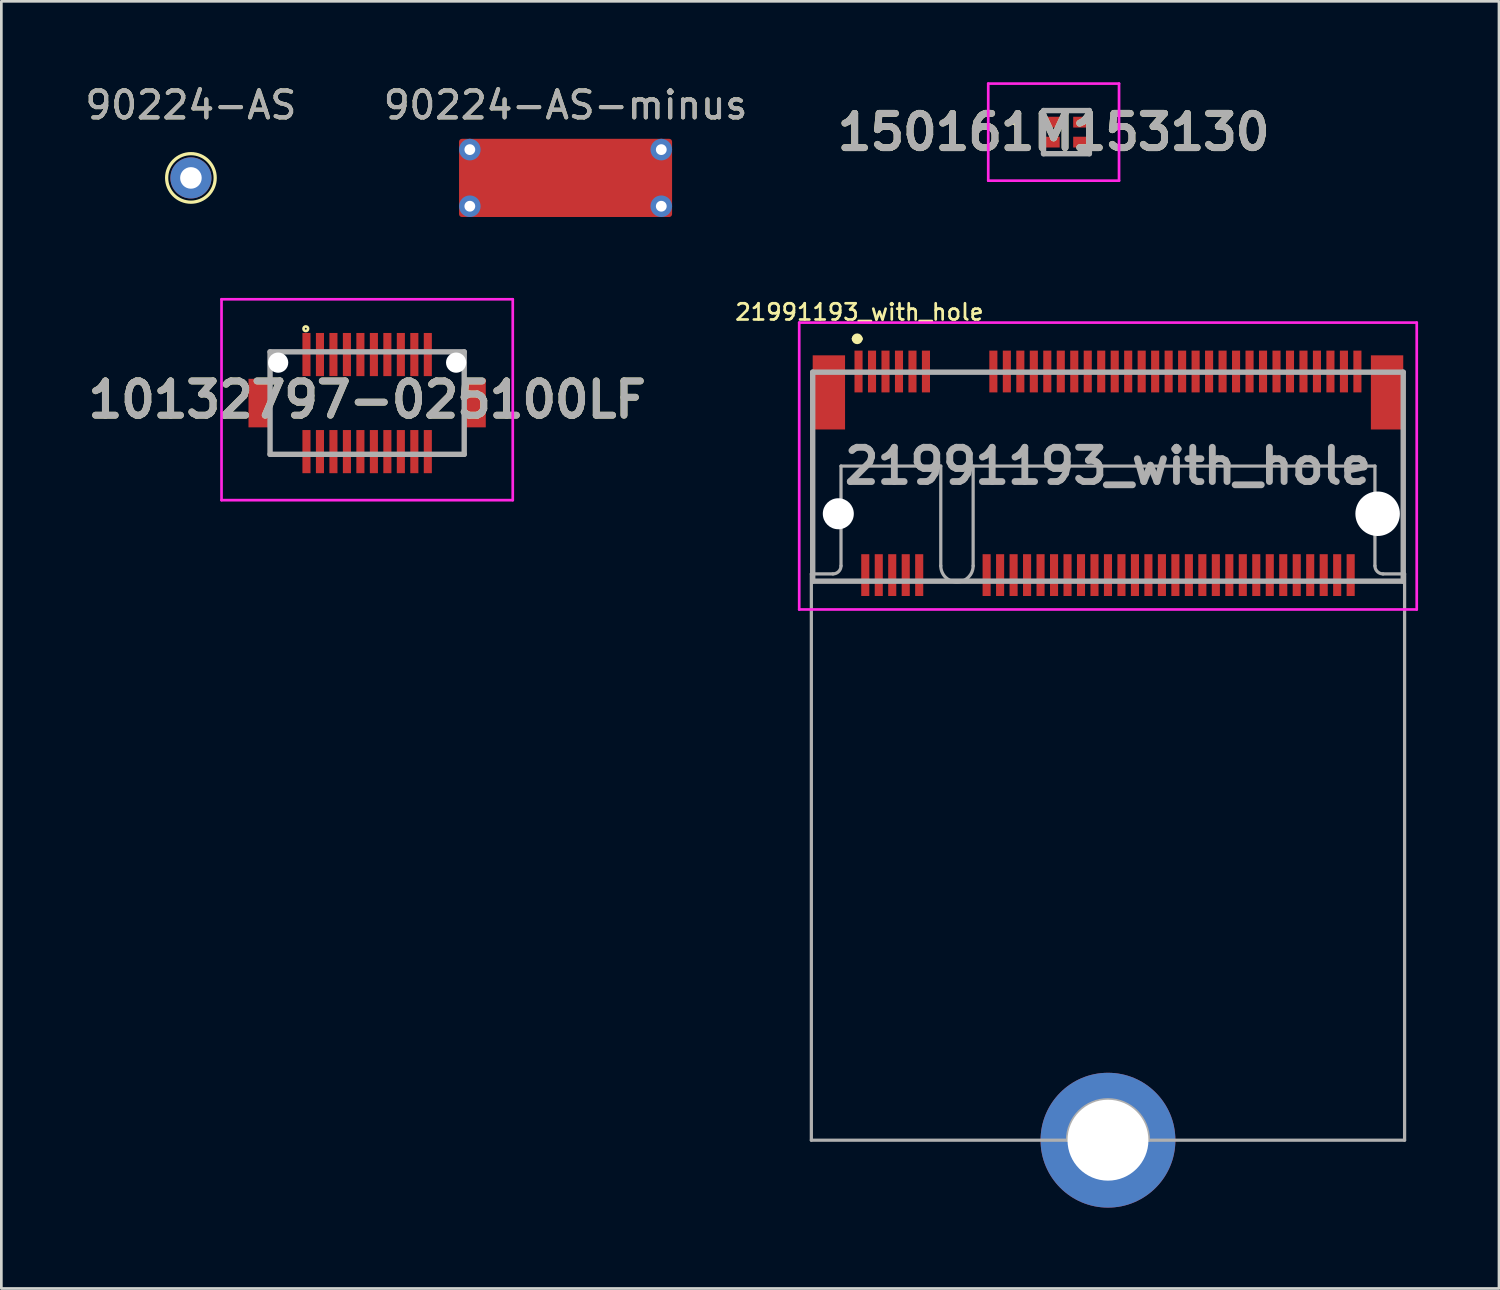
<source format=kicad_pcb>
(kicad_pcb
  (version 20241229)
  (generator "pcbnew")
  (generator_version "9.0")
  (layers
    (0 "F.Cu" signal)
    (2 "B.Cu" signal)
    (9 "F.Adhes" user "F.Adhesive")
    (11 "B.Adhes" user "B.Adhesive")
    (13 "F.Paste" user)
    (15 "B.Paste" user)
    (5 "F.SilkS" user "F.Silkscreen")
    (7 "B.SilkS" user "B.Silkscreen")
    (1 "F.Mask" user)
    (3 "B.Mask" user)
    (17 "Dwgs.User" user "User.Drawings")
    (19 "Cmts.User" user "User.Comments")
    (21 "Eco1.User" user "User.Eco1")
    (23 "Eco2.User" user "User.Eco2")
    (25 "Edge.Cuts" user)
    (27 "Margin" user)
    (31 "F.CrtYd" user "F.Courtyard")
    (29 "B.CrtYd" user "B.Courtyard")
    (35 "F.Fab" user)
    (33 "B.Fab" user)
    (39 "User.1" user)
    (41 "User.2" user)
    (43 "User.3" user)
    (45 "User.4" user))
  (footprint "150161M153130"
    (layer "F.Cu")
    (at 36.498 1.85)
    (property "Reference" "150161M153130" (at -0.475 0 0) (layer "F.SilkS") (effects (font (size 1.27 1.27) (thickness 0.254))))
    (attr smd)
    (fp_line (start -1.9 -0.37) (end -1.9 -0.37) (stroke (width 0.2) (type solid)) (layer "F.SilkS"))
    (fp_line (start -1.9 -0.37) (end -1.9 -0.37) (stroke (width 0.2) (type solid)) (layer "F.SilkS"))
    (fp_line (start -1.8 -0.37) (end -1.8 -0.37) (stroke (width 0.2) (type solid)) (layer "F.SilkS"))
    (fp_arc (start -1.9 -0.37) (mid -1.85 -0.42) (end -1.8 -0.37) (stroke (width 0.2) (type solid)) (layer "F.SilkS"))
    (fp_arc (start -1.8 -0.37) (mid -1.85 -0.32) (end -1.9 -0.37) (stroke (width 0.2) (type solid)) (layer "F.SilkS"))
    (fp_arc (start -1.8 -0.37) (mid -1.85 -0.32) (end -1.9 -0.37) (stroke (width 0.2) (type solid)) (layer "F.SilkS"))
    (fp_line (start -2.9 -1.8) (end 1.95 -1.8) (stroke (width 0.1) (type solid)) (layer "F.CrtYd"))
    (fp_line (start -2.9 1.8) (end -2.9 -1.8) (stroke (width 0.1) (type solid)) (layer "F.CrtYd"))
    (fp_line (start 1.95 -1.8) (end 1.95 1.8) (stroke (width 0.1) (type solid)) (layer "F.CrtYd"))
    (fp_line (start 1.95 1.8) (end -2.9 1.8) (stroke (width 0.1) (type solid)) (layer "F.CrtYd"))
    (fp_line (start -0.85 -0.8) (end -0.85 0.8) (stroke (width 0.2) (type solid)) (layer "F.Fab"))
    (fp_line (start -0.85 0.8) (end 0.85 0.8) (stroke (width 0.2) (type solid)) (layer "F.Fab"))
    (fp_line (start 0.85 -0.8) (end -0.85 -0.8) (stroke (width 0.2) (type solid)) (layer "F.Fab"))
    (fp_line (start 0.85 0.8) (end 0.85 -0.8) (stroke (width 0.2) (type solid)) (layer "F.Fab"))
    (fp_text user "${REFERENCE}" (at -0.475 0 0) (layer "F.Fab") (effects (font (size 1.27 1.27) (thickness 0.254))))
    (pad "1" smd rect (at -0.6 -0.37 90) (size 0.4 0.7) (layers "F.Cu" "F.Mask" "F.Paste"))
    (pad "2" smd rect (at -0.6 0.37 90) (size 0.4 0.7) (layers "F.Cu" "F.Mask" "F.Paste"))
    (pad "3" smd rect (at 0.6 0.37 90) (size 0.4 0.7) (layers "F.Cu" "F.Mask" "F.Paste"))
    (pad "4" smd rect (at 0.6 -0.37 90) (size 0.4 0.7) (layers "F.Cu" "F.Mask" "F.Paste")))
  (footprint "90224-AS"
    (layer "F.Cu")
    (at 4.03 3.548)
    (property "Reference" "90224-AS" (at 0 -2.7 0) (unlocked yes) (layer "F.SilkS") (effects (font (size 1 1) (thickness 0.15))))
    (attr through_hole)
    (fp_circle (center 0 0) (end 0.9 0) (stroke (width 0.12) (type solid)) (fill no) (layer "F.SilkS"))
    (fp_text user "${REFERENCE}" (at 0 -2.7 0) (unlocked yes) (layer "F.Fab") (effects (font (size 1 1) (thickness 0.15))))
    (pad "1" thru_hole circle (at 0 0) (size 1.524 1.524) (drill 0.8) (layers "*.Cu" "*.Mask")))
  (footprint "21991193_with_hole"
    (layer "F.Cu")
    (at 38.038 14.233)
    (property "Reference" "21991193_with_hole" (at -9.217 -5.709 0) (layer "F.SilkS") (effects (font (size 0.6 0.6) (thickness 0.1))))
    (attr through_hole)
    (fp_line (start -10.95 -0.619) (end -10.95 4.269) (stroke (width 0.1) (type solid)) (layer "F.SilkS"))
    (fp_line (start -10.95 4.269) (end -10 4.269) (stroke (width 0.1) (type solid)) (layer "F.SilkS"))
    (fp_line (start -9.4 -4.719) (end -9.4 -4.719) (stroke (width 0.2) (type solid)) (layer "F.SilkS"))
    (fp_line (start -9.2 -4.719) (end -9.2 -4.719) (stroke (width 0.2) (type solid)) (layer "F.SilkS"))
    (fp_line (start -6 -3.481) (end -5 -3.481) (stroke (width 0.1) (type solid)) (layer "F.SilkS"))
    (fp_line (start -6 4.269) (end -5.5 4.269) (stroke (width 0.1) (type solid)) (layer "F.SilkS"))
    (fp_line (start 10 4.269) (end 10.95 4.269) (stroke (width 0.1) (type solid)) (layer "F.SilkS"))
    (fp_line (start 10.95 -0.619) (end 10.95 0.881) (stroke (width 0.1) (type solid)) (layer "F.SilkS"))
    (fp_line (start 10.95 4.269) (end 10.95 2.881) (stroke (width 0.1) (type solid)) (layer "F.SilkS"))
    (fp_arc (start -9.4 -4.719) (mid -9.3 -4.819) (end -9.2 -4.719) (stroke (width 0.2) (type solid)) (layer "F.SilkS"))
    (fp_arc (start -9.2 -4.719) (mid -9.3 -4.619) (end -9.4 -4.719) (stroke (width 0.2) (type solid)) (layer "F.SilkS"))
    (fp_line (start -11.45 -5.319) (end 11.45 -5.319) (stroke (width 0.1) (type solid)) (layer "F.CrtYd"))
    (fp_line (start -11.45 5.319) (end -11.45 -5.319) (stroke (width 0.1) (type solid)) (layer "F.CrtYd"))
    (fp_line (start 11.45 -5.319) (end 11.45 5.319) (stroke (width 0.1) (type solid)) (layer "F.CrtYd"))
    (fp_line (start 11.45 5.319) (end -11.45 5.319) (stroke (width 0.1) (type solid)) (layer "F.CrtYd"))
    (fp_line (start -11 4) (end -11 25) (stroke (width 0.12) (type solid)) (layer "F.Fab"))
    (fp_line (start -11 4) (end -10.2 4) (stroke (width 0.12) (type solid)) (layer "F.Fab"))
    (fp_line (start -11 25) (end -1.5 25) (stroke (width 0.12) (type solid)) (layer "F.Fab"))
    (fp_line (start -10.95 -3.481) (end 10.95 -3.481) (stroke (width 0.2) (type solid)) (layer "F.Fab"))
    (fp_line (start -10.95 4.269) (end -10.95 -3.481) (stroke (width 0.2) (type solid)) (layer "F.Fab"))
    (fp_line (start -9.9 0) (end -6.2 0) (stroke (width 0.12) (type solid)) (layer "F.Fab"))
    (fp_line (start -9.9 3.7) (end -9.9 0) (stroke (width 0.12) (type solid)) (layer "F.Fab"))
    (fp_line (start -6.2 0) (end -6.2 3.7) (stroke (width 0.12) (type solid)) (layer "F.Fab"))
    (fp_line (start -5 0) (end 9.9 0) (stroke (width 0.12) (type solid)) (layer "F.Fab"))
    (fp_line (start -5 3.7) (end -5 0) (stroke (width 0.12) (type solid)) (layer "F.Fab"))
    (fp_line (start 1.5 25) (end 11 25) (stroke (width 0.12) (type solid)) (layer "F.Fab"))
    (fp_line (start 9.9 0) (end 9.9 3.7) (stroke (width 0.12) (type solid)) (layer "F.Fab"))
    (fp_line (start 10.2 4) (end 11 4) (stroke (width 0.12) (type solid)) (layer "F.Fab"))
    (fp_line (start 10.95 -3.481) (end 10.95 4.269) (stroke (width 0.2) (type solid)) (layer "F.Fab"))
    (fp_line (start 10.95 4.269) (end -10.95 4.269) (stroke (width 0.2) (type solid)) (layer "F.Fab"))
    (fp_line (start 11 25) (end 11 4) (stroke (width 0.12) (type solid)) (layer "F.Fab"))
    (fp_arc (start -9.9 3.7) (mid -9.987868 3.912132) (end -10.2 4) (stroke (width 0.12) (type solid)) (layer "F.Fab"))
    (fp_arc (start -5 3.7) (mid -5.6 4.3) (end -6.2 3.7) (stroke (width 0.12) (type solid)) (layer "F.Fab"))
    (fp_arc (start -1.5 25) (mid 0 23.5) (end 1.5 25) (stroke (width 0.12) (type solid)) (layer "F.Fab"))
    (fp_arc (start 10.2 4) (mid 9.987868 3.912132) (end 9.9 3.7) (stroke (width 0.12) (type solid)) (layer "F.Fab"))
    (fp_text user "${REFERENCE}" (at 0 0 0) (layer "F.Fab") (effects (font (size 1.27 1.27) (thickness 0.254))))
    (pad "" np_thru_hole circle (at -10 1.769) (size 1.15 1.15) (drill 1.15) (layers "*.Cu" "*.Mask"))
    (pad "" np_thru_hole circle (at 10 1.769) (size 1.65 1.65) (drill 1.65) (layers "*.Cu" "*.Mask"))
    (pad "1" smd rect (at -9.25 -3.506) (size 0.3 1.55) (layers "F.Cu" "F.Mask" "F.Paste"))
    (pad "2" smd rect (at -9 4.044) (size 0.3 1.55) (layers "F.Cu" "F.Mask" "F.Paste"))
    (pad "3" smd rect (at -8.75 -3.506) (size 0.3 1.55) (layers "F.Cu" "F.Mask" "F.Paste"))
    (pad "4" smd rect (at -8.5 4.044) (size 0.3 1.55) (layers "F.Cu" "F.Mask" "F.Paste"))
    (pad "5" smd rect (at -8.25 -3.506) (size 0.3 1.55) (layers "F.Cu" "F.Mask" "F.Paste"))
    (pad "6" smd rect (at -8 4.044) (size 0.3 1.55) (layers "F.Cu" "F.Mask" "F.Paste"))
    (pad "7" smd rect (at -7.75 -3.506) (size 0.3 1.55) (layers "F.Cu" "F.Mask" "F.Paste"))
    (pad "8" smd rect (at -7.5 4.044) (size 0.3 1.55) (layers "F.Cu" "F.Mask" "F.Paste"))
    (pad "9" smd rect (at -7.25 -3.506) (size 0.3 1.55) (layers "F.Cu" "F.Mask" "F.Paste"))
    (pad "10" smd rect (at -7 4.044) (size 0.3 1.55) (layers "F.Cu" "F.Mask" "F.Paste"))
    (pad "11" smd rect (at -6.75 -3.506) (size 0.3 1.55) (layers "F.Cu" "F.Mask" "F.Paste"))
    (pad "20" smd rect (at -4.5 4.044) (size 0.3 1.55) (layers "F.Cu" "F.Mask" "F.Paste"))
    (pad "21" smd rect (at -4.25 -3.506) (size 0.3 1.55) (layers "F.Cu" "F.Mask" "F.Paste"))
    (pad "22" smd rect (at -4 4.044) (size 0.3 1.55) (layers "F.Cu" "F.Mask" "F.Paste"))
    (pad "23" smd rect (at -3.75 -3.506) (size 0.3 1.55) (layers "F.Cu" "F.Mask" "F.Paste"))
    (pad "24" smd rect (at -3.5 4.044) (size 0.3 1.55) (layers "F.Cu" "F.Mask" "F.Paste"))
    (pad "25" smd rect (at -3.25 -3.506) (size 0.3 1.55) (layers "F.Cu" "F.Mask" "F.Paste"))
    (pad "26" smd rect (at -3 4.044) (size 0.3 1.55) (layers "F.Cu" "F.Mask" "F.Paste"))
    (pad "27" smd rect (at -2.75 -3.506) (size 0.3 1.55) (layers "F.Cu" "F.Mask" "F.Paste"))
    (pad "28" smd rect (at -2.5 4.044) (size 0.3 1.55) (layers "F.Cu" "F.Mask" "F.Paste"))
    (pad "29" smd rect (at -2.25 -3.506) (size 0.3 1.55) (layers "F.Cu" "F.Mask" "F.Paste"))
    (pad "30" smd rect (at -2 4.044) (size 0.3 1.55) (layers "F.Cu" "F.Mask" "F.Paste"))
    (pad "31" smd rect (at -1.75 -3.506) (size 0.3 1.55) (layers "F.Cu" "F.Mask" "F.Paste"))
    (pad "32" smd rect (at -1.5 4.044) (size 0.3 1.55) (layers "F.Cu" "F.Mask" "F.Paste"))
    (pad "33" smd rect (at -1.25 -3.506) (size 0.3 1.55) (layers "F.Cu" "F.Mask" "F.Paste"))
    (pad "34" smd rect (at -1 4.044) (size 0.3 1.55) (layers "F.Cu" "F.Mask" "F.Paste"))
    (pad "35" smd rect (at -0.75 -3.506) (size 0.3 1.55) (layers "F.Cu" "F.Mask" "F.Paste"))
    (pad "36" smd rect (at -0.5 4.044) (size 0.3 1.55) (layers "F.Cu" "F.Mask" "F.Paste"))
    (pad "37" smd rect (at -0.25 -3.506) (size 0.3 1.55) (layers "F.Cu" "F.Mask" "F.Paste"))
    (pad "38" smd rect (at 0 4.044) (size 0.3 1.55) (layers "F.Cu" "F.Mask" "F.Paste"))
    (pad "39" smd rect (at 0.25 -3.506) (size 0.3 1.55) (layers "F.Cu" "F.Mask" "F.Paste"))
    (pad "40" smd rect (at 0.5 4.044) (size 0.3 1.55) (layers "F.Cu" "F.Mask" "F.Paste"))
    (pad "41" smd rect (at 0.75 -3.506) (size 0.3 1.55) (layers "F.Cu" "F.Mask" "F.Paste"))
    (pad "42" smd rect (at 1 4.044) (size 0.3 1.55) (layers "F.Cu" "F.Mask" "F.Paste"))
    (pad "43" smd rect (at 1.25 -3.506) (size 0.3 1.55) (layers "F.Cu" "F.Mask" "F.Paste"))
    (pad "44" smd rect (at 1.5 4.044) (size 0.3 1.55) (layers "F.Cu" "F.Mask" "F.Paste"))
    (pad "45" smd rect (at 1.75 -3.506) (size 0.3 1.55) (layers "F.Cu" "F.Mask" "F.Paste"))
    (pad "46" smd rect (at 2 4.044) (size 0.3 1.55) (layers "F.Cu" "F.Mask" "F.Paste"))
    (pad "47" smd rect (at 2.25 -3.506) (size 0.3 1.55) (layers "F.Cu" "F.Mask" "F.Paste"))
    (pad "48" smd rect (at 2.5 4.044) (size 0.3 1.55) (layers "F.Cu" "F.Mask" "F.Paste"))
    (pad "49" smd rect (at 2.75 -3.506) (size 0.3 1.55) (layers "F.Cu" "F.Mask" "F.Paste"))
    (pad "50" smd rect (at 3 4.044) (size 0.3 1.55) (layers "F.Cu" "F.Mask" "F.Paste"))
    (pad "51" smd rect (at 3.25 -3.506) (size 0.3 1.55) (layers "F.Cu" "F.Mask" "F.Paste"))
    (pad "52" smd rect (at 3.5 4.044) (size 0.3 1.55) (layers "F.Cu" "F.Mask" "F.Paste"))
    (pad "53" smd rect (at 3.75 -3.506) (size 0.3 1.55) (layers "F.Cu" "F.Mask" "F.Paste"))
    (pad "54" smd rect (at 4 4.044) (size 0.3 1.55) (layers "F.Cu" "F.Mask" "F.Paste"))
    (pad "55" smd rect (at 4.25 -3.506) (size 0.3 1.55) (layers "F.Cu" "F.Mask" "F.Paste"))
    (pad "56" smd rect (at 4.5 4.044) (size 0.3 1.55) (layers "F.Cu" "F.Mask" "F.Paste"))
    (pad "57" smd rect (at 4.75 -3.506) (size 0.3 1.55) (layers "F.Cu" "F.Mask" "F.Paste"))
    (pad "58" smd rect (at 5 4.044) (size 0.3 1.55) (layers "F.Cu" "F.Mask" "F.Paste"))
    (pad "59" smd rect (at 5.25 -3.506) (size 0.3 1.55) (layers "F.Cu" "F.Mask" "F.Paste"))
    (pad "60" smd rect (at 5.5 4.044) (size 0.3 1.55) (layers "F.Cu" "F.Mask" "F.Paste"))
    (pad "61" smd rect (at 5.75 -3.506) (size 0.3 1.55) (layers "F.Cu" "F.Mask" "F.Paste"))
    (pad "62" smd rect (at 6 4.044) (size 0.3 1.55) (layers "F.Cu" "F.Mask" "F.Paste"))
    (pad "63" smd rect (at 6.25 -3.506) (size 0.3 1.55) (layers "F.Cu" "F.Mask" "F.Paste"))
    (pad "64" smd rect (at 6.5 4.044) (size 0.3 1.55) (layers "F.Cu" "F.Mask" "F.Paste"))
    (pad "65" smd rect (at 6.75 -3.506) (size 0.3 1.55) (layers "F.Cu" "F.Mask" "F.Paste"))
    (pad "66" smd rect (at 7 4.044) (size 0.3 1.55) (layers "F.Cu" "F.Mask" "F.Paste"))
    (pad "67" smd rect (at 7.25 -3.506) (size 0.3 1.55) (layers "F.Cu" "F.Mask" "F.Paste"))
    (pad "68" smd rect (at 7.5 4.044) (size 0.3 1.55) (layers "F.Cu" "F.Mask" "F.Paste"))
    (pad "69" smd rect (at 7.75 -3.506) (size 0.3 1.55) (layers "F.Cu" "F.Mask" "F.Paste"))
    (pad "70" smd rect (at 8 4.044) (size 0.3 1.55) (layers "F.Cu" "F.Mask" "F.Paste"))
    (pad "71" smd rect (at 8.25 -3.506) (size 0.3 1.55) (layers "F.Cu" "F.Mask" "F.Paste"))
    (pad "72" smd rect (at 8.5 4.044) (size 0.3 1.55) (layers "F.Cu" "F.Mask" "F.Paste"))
    (pad "73" smd rect (at 8.75 -3.506) (size 0.3 1.55) (layers "F.Cu" "F.Mask" "F.Paste"))
    (pad "74" smd rect (at 9 4.044) (size 0.3 1.55) (layers "F.Cu" "F.Mask" "F.Paste"))
    (pad "75" smd rect (at 9.25 -3.506) (size 0.3 1.55) (layers "F.Cu" "F.Mask" "F.Paste"))
    (pad "MP1" smd rect (at -10.35 -2.731) (size 1.2 2.75) (layers "F.Cu" "F.Mask" "F.Paste"))
    (pad "MP2" smd rect (at 10.35 -2.731) (size 1.2 2.75) (layers "F.Cu" "F.Mask" "F.Paste"))
    (pad "MP3" thru_hole circle (at 0 25) (size 5 5) (drill 3) (layers "*.Cu" "*.Mask")))
  (footprint "90224-AS-minus"
    (layer "F.Cu")
    (at 17.923 3.548)
    (property "Reference" "90224-AS-minus" (at 0 -2.7 0) (unlocked yes) (layer "F.SilkS") (effects (font (size 1 1) (thickness 0.15))))
    (attr through_hole)
    (fp_text user "${REFERENCE}" (at 0 -2.7 0) (unlocked yes) (layer "F.Fab") (effects (font (size 1 1) (thickness 0.15))))
    (pad "1" thru_hole circle (at -3.55 -1.05) (size 0.8 0.8) (drill 0.4) (layers "*.Cu" "*.Mask"))
    (pad "1" thru_hole circle (at -3.55 1.05) (size 0.8 0.8) (drill 0.4) (layers "*.Cu" "*.Mask"))
    (pad "1" smd roundrect (at 0 0) (size 7.9 2.9) (layers "F.Cu" "F.Mask") (roundrect_rratio 0.037))
    (pad "1" thru_hole circle (at 3.55 -1.05) (size 0.8 0.8) (drill 0.4) (layers "*.Cu" "*.Mask"))
    (pad "1" thru_hole circle (at 3.55 1.05) (size 0.8 0.8) (drill 0.4) (layers "*.Cu" "*.Mask")))
  (footprint "10132797-025100LF"
    (layer "F.Cu")
    (at 10.565 11.898)
    (property "Reference" "10132797-025100LF" (at 0 -0.125 0) (layer "F.SilkS") (effects (font (size 1.27 1.27) (thickness 0.254))))
    (attr through_hole)
    (fp_line (start -3.6 1.9) (end -3.6 1.2) (stroke (width 0.1) (type solid)) (layer "F.SilkS"))
    (fp_line (start -2.7 1.9) (end -3.6 1.9) (stroke (width 0.1) (type solid)) (layer "F.SilkS"))
    (fp_line (start 2.7 1.9) (end 3.6 1.9) (stroke (width 0.1) (type solid)) (layer "F.SilkS"))
    (fp_line (start 3.6 1.9) (end 3.6 1.2) (stroke (width 0.1) (type solid)) (layer "F.SilkS"))
    (fp_circle (center -2.275 -2.757) (end -2.275 -2.722) (stroke (width 0.1) (type solid)) (fill no) (layer "F.SilkS"))
    (fp_line (start -5.4 -3.85) (end 5.4 -3.85) (stroke (width 0.1) (type solid)) (layer "F.CrtYd"))
    (fp_line (start -5.4 3.6) (end -5.4 -3.85) (stroke (width 0.1) (type solid)) (layer "F.CrtYd"))
    (fp_line (start 5.4 -3.85) (end 5.4 3.6) (stroke (width 0.1) (type solid)) (layer "F.CrtYd"))
    (fp_line (start 5.4 3.6) (end -5.4 3.6) (stroke (width 0.1) (type solid)) (layer "F.CrtYd"))
    (fp_line (start -3.6 -1.9) (end 3.6 -1.9) (stroke (width 0.2) (type solid)) (layer "F.Fab"))
    (fp_line (start -3.6 1.9) (end -3.6 -1.9) (stroke (width 0.2) (type solid)) (layer "F.Fab"))
    (fp_line (start 3.6 -1.9) (end 3.6 1.9) (stroke (width 0.2) (type solid)) (layer "F.Fab"))
    (fp_line (start 3.6 1.9) (end -3.6 1.9) (stroke (width 0.2) (type solid)) (layer "F.Fab"))
    (fp_text user "${REFERENCE}" (at 0 -0.125 0) (layer "F.Fab") (effects (font (size 1.27 1.27) (thickness 0.254))))
    (pad "" np_thru_hole circle (at -3.3 -1.5) (size 0.75 0.75) (drill 0.75) (layers "*.Cu" "*.Mask"))
    (pad "" np_thru_hole circle (at 3.3 -1.5) (size 0.75 0.75) (drill 0.75) (layers "*.Cu" "*.Mask"))
    (pad "1" smd rect (at -2.25 -1.8) (size 0.3 1.6) (layers "F.Cu" "F.Mask" "F.Paste"))
    (pad "2" smd rect (at -1.75 -1.8) (size 0.3 1.6) (layers "F.Cu" "F.Mask" "F.Paste"))
    (pad "3" smd rect (at -1.25 -1.8) (size 0.3 1.6) (layers "F.Cu" "F.Mask" "F.Paste"))
    (pad "4" smd rect (at -0.75 -1.8) (size 0.3 1.6) (layers "F.Cu" "F.Mask" "F.Paste"))
    (pad "5" smd rect (at -0.25 -1.8) (size 0.3 1.6) (layers "F.Cu" "F.Mask" "F.Paste"))
    (pad "6" smd rect (at 0.25 -1.8) (size 0.3 1.6) (layers "F.Cu" "F.Mask" "F.Paste"))
    (pad "7" smd rect (at 0.75 -1.8) (size 0.3 1.6) (layers "F.Cu" "F.Mask" "F.Paste"))
    (pad "8" smd rect (at 1.25 -1.8) (size 0.3 1.6) (layers "F.Cu" "F.Mask" "F.Paste"))
    (pad "9" smd rect (at 1.75 -1.8) (size 0.3 1.6) (layers "F.Cu" "F.Mask" "F.Paste"))
    (pad "10" smd rect (at 2.25 -1.8) (size 0.3 1.6) (layers "F.Cu" "F.Mask" "F.Paste"))
    (pad "11" smd rect (at 2.25 1.8) (size 0.3 1.6) (layers "F.Cu" "F.Mask" "F.Paste"))
    (pad "12" smd rect (at 1.75 1.8) (size 0.3 1.6) (layers "F.Cu" "F.Mask" "F.Paste"))
    (pad "13" smd rect (at 1.25 1.8) (size 0.3 1.6) (layers "F.Cu" "F.Mask" "F.Paste"))
    (pad "14" smd rect (at 0.75 1.8) (size 0.3 1.6) (layers "F.Cu" "F.Mask" "F.Paste"))
    (pad "15" smd rect (at 0.25 1.8) (size 0.3 1.6) (layers "F.Cu" "F.Mask" "F.Paste"))
    (pad "16" smd rect (at -0.25 1.8) (size 0.3 1.6) (layers "F.Cu" "F.Mask" "F.Paste"))
    (pad "17" smd rect (at -0.75 1.8) (size 0.3 1.6) (layers "F.Cu" "F.Mask" "F.Paste"))
    (pad "18" smd rect (at -1.25 1.8) (size 0.3 1.6) (layers "F.Cu" "F.Mask" "F.Paste"))
    (pad "19" smd rect (at -1.75 1.8) (size 0.3 1.6) (layers "F.Cu" "F.Mask" "F.Paste"))
    (pad "20" smd rect (at -2.25 1.8) (size 0.3 1.6) (layers "F.Cu" "F.Mask" "F.Paste"))
    (pad "21" smd rect (at -4 0) (size 0.8 1.8) (layers "F.Cu" "F.Mask" "F.Paste"))
    (pad "22" smd rect (at 4 0) (size 0.8 1.8) (layers "F.Cu" "F.Mask" "F.Paste")))
  (gr_rect
    (start -3 -3)
    (end 52.538 44.733)
    (stroke (width 0.1) (type default))
    (fill no)
    (layer "Edge.Cuts")))
</source>
